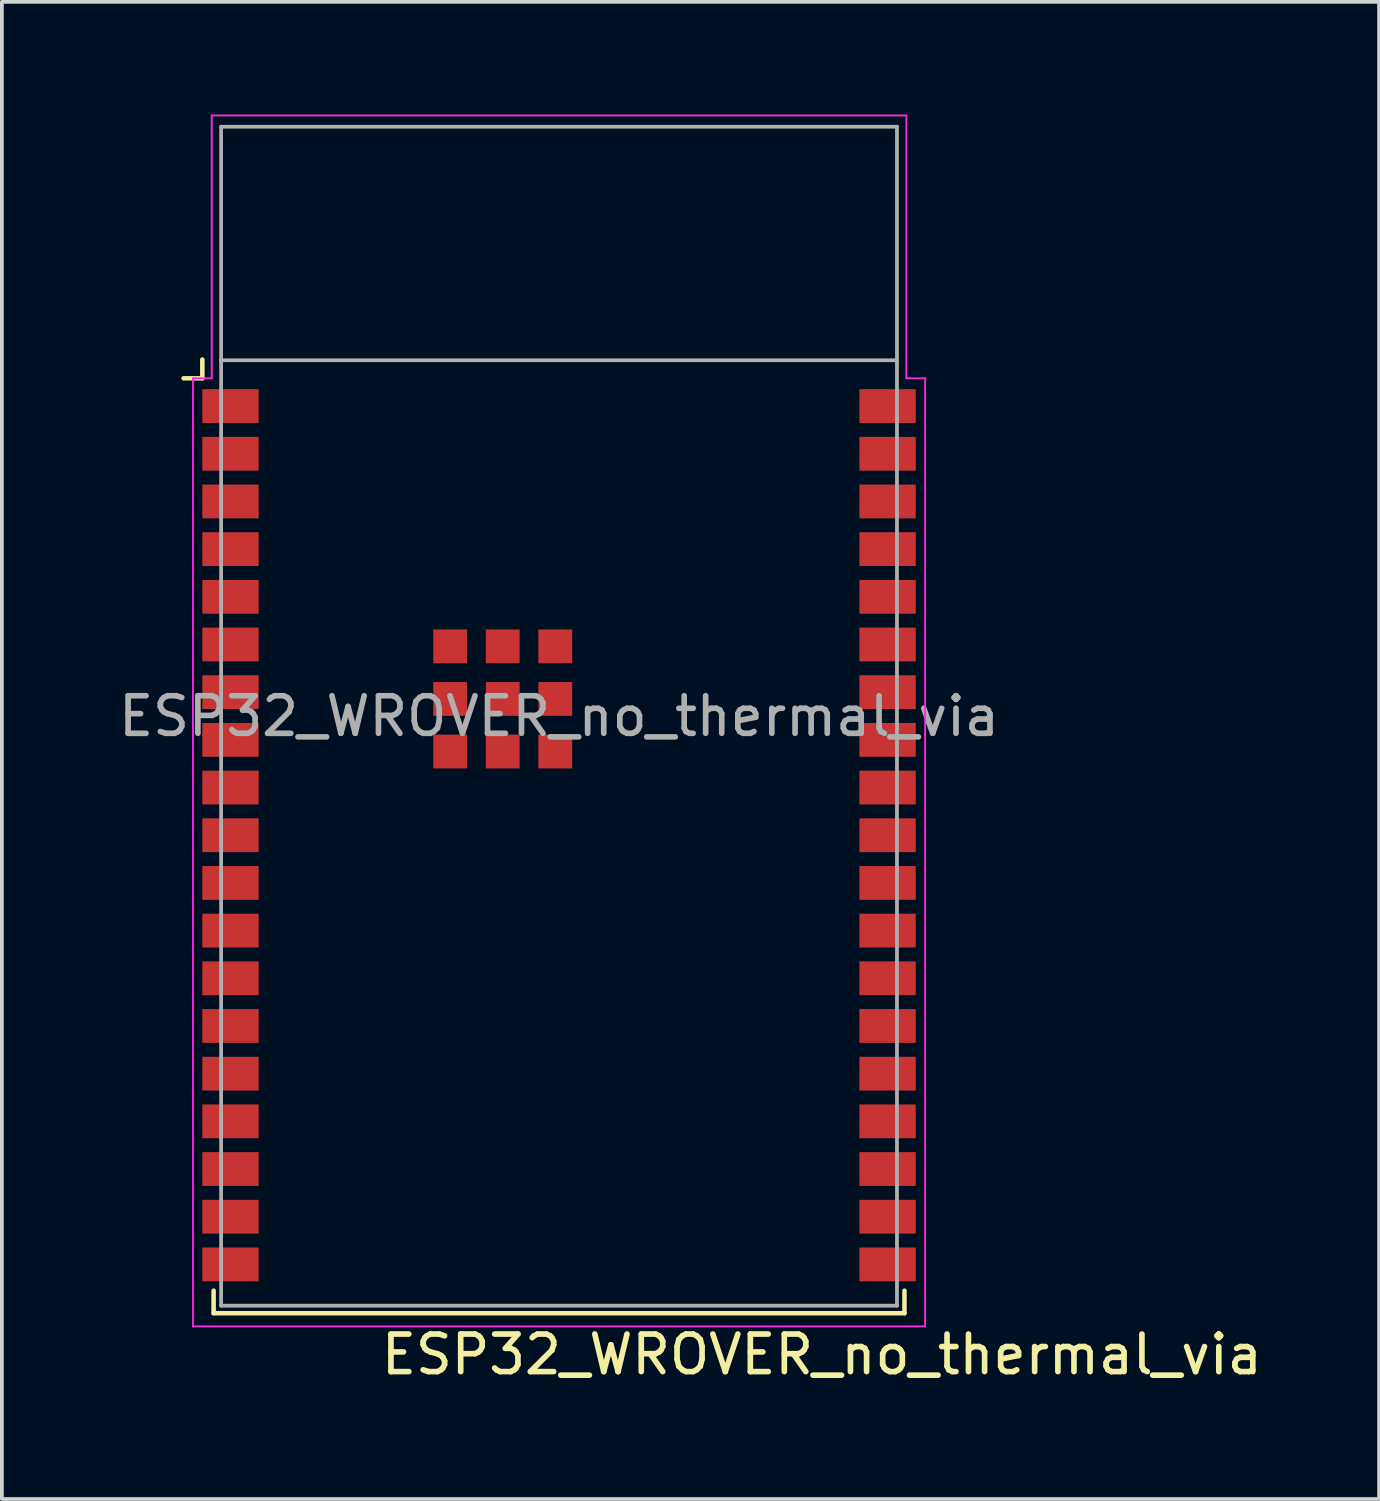
<source format=kicad_pcb>
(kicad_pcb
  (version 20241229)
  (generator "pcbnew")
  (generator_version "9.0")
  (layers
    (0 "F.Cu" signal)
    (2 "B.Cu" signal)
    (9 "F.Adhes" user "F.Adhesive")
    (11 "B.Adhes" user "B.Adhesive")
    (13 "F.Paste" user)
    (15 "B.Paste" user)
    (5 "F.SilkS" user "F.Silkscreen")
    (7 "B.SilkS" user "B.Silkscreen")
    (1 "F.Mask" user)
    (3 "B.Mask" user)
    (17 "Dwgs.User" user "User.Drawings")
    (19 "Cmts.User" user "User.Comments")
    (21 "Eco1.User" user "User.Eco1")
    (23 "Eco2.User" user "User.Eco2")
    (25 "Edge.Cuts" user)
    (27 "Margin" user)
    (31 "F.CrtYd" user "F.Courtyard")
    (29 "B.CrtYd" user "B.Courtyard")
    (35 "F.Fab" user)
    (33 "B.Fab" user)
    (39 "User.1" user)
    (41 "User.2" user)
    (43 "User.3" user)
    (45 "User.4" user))
  (footprint "ESP32_WROVER_no_thermal_via"
    (layer "F.Cu")
    (at 11.839 16.025)
    (property "Reference" "ESP32_WROVER_no_thermal_via" (at 7 17 0) (unlocked yes) (layer "F.SilkS") (effects (font (size 1 1) (thickness 0.15))))
    (attr smd)
    (fp_line (start -9.5 -9.5) (end -9.5 -9) (stroke (width 0.12) (type default)) (layer "F.SilkS"))
    (fp_line (start -9.5 -9) (end -10 -9) (stroke (width 0.12) (type default)) (layer "F.SilkS"))
    (fp_line (start -9.2 15.3) (end -9.2 15.9) (stroke (width 0.12) (type default)) (layer "F.SilkS"))
    (fp_line (start -9.2 15.9) (end 9.2 15.9) (stroke (width 0.12) (type default)) (layer "F.SilkS"))
    (fp_line (start 9.2 15.9) (end 9.2 15.3) (stroke (width 0.12) (type default)) (layer "F.SilkS"))
    (fp_line (start -9.75 -9) (end -9.25 -9) (stroke (width 0.05) (type default)) (layer "F.CrtYd"))
    (fp_line (start -9.75 16.25) (end -9.75 -9) (stroke (width 0.05) (type default)) (layer "F.CrtYd"))
    (fp_line (start -9.25 -16) (end 9.25 -16) (stroke (width 0.05) (type default)) (layer "F.CrtYd"))
    (fp_line (start -9.25 -9) (end -9.25 -16) (stroke (width 0.05) (type default)) (layer "F.CrtYd"))
    (fp_line (start 9.25 -16) (end 9.25 -9) (stroke (width 0.05) (type default)) (layer "F.CrtYd"))
    (fp_line (start 9.25 -9) (end 9.75 -9) (stroke (width 0.05) (type default)) (layer "F.CrtYd"))
    (fp_line (start 9.75 -9) (end 9.75 16.25) (stroke (width 0.05) (type default)) (layer "F.CrtYd"))
    (fp_line (start 9.75 16.25) (end -9.75 16.25) (stroke (width 0.05) (type default)) (layer "F.CrtYd"))
    (fp_line (start -9 -15.7) (end -9 -9.48) (stroke (width 0.1) (type default)) (layer "F.Fab"))
    (fp_line (start -9 -15.7) (end 9 -15.7) (stroke (width 0.1) (type default)) (layer "F.Fab"))
    (fp_line (start -9 -9.48) (end -9 15.7) (stroke (width 0.1) (type default)) (layer "F.Fab"))
    (fp_line (start -9 -9.48) (end 9 -9.48) (stroke (width 0.1) (type default)) (layer "F.Fab"))
    (fp_line (start -9 15.7) (end 9 15.7) (stroke (width 0.1) (type default)) (layer "F.Fab"))
    (fp_line (start 9 -15.7) (end 9 -9.48) (stroke (width 0.1) (type default)) (layer "F.Fab"))
    (fp_line (start 9 -9.48) (end 9 15.7) (stroke (width 0.1) (type default)) (layer "F.Fab"))
    (fp_text user "${REFERENCE}" (at 0 0 0) (layer "F.Fab") (effects (font (size 1 1) (thickness 0.15))))
    (pad "1" smd rect (at -8.75 -8.26) (size 1.5 0.9) (layers "F.Cu" "F.Mask" "F.Paste"))
    (pad "2" smd rect (at -8.75 -6.99) (size 1.5 0.9) (layers "F.Cu" "F.Mask" "F.Paste"))
    (pad "3" smd rect (at -8.75 -5.72) (size 1.5 0.9) (layers "F.Cu" "F.Mask" "F.Paste"))
    (pad "4" smd rect (at -8.75 -4.45) (size 1.5 0.9) (layers "F.Cu" "F.Mask" "F.Paste"))
    (pad "5" smd rect (at -8.75 -3.18) (size 1.5 0.9) (layers "F.Cu" "F.Mask" "F.Paste"))
    (pad "6" smd rect (at -8.75 -1.91) (size 1.5 0.9) (layers "F.Cu" "F.Mask" "F.Paste"))
    (pad "7" smd rect (at -8.75 -0.64) (size 1.5 0.9) (layers "F.Cu" "F.Mask" "F.Paste"))
    (pad "8" smd rect (at -8.75 0.63) (size 1.5 0.9) (layers "F.Cu" "F.Mask" "F.Paste"))
    (pad "9" smd rect (at -8.75 1.9) (size 1.5 0.9) (layers "F.Cu" "F.Mask" "F.Paste"))
    (pad "10" smd rect (at -8.75 3.17) (size 1.5 0.9) (layers "F.Cu" "F.Mask" "F.Paste"))
    (pad "11" smd rect (at -8.75 4.44) (size 1.5 0.9) (layers "F.Cu" "F.Mask" "F.Paste"))
    (pad "12" smd rect (at -8.75 5.71) (size 1.5 0.9) (layers "F.Cu" "F.Mask" "F.Paste"))
    (pad "13" smd rect (at -8.75 6.98) (size 1.5 0.9) (layers "F.Cu" "F.Mask" "F.Paste"))
    (pad "14" smd rect (at -8.75 8.25) (size 1.5 0.9) (layers "F.Cu" "F.Mask" "F.Paste"))
    (pad "15" smd rect (at -8.75 9.52) (size 1.5 0.9) (layers "F.Cu" "F.Mask" "F.Paste"))
    (pad "16" smd rect (at -8.75 10.79) (size 1.5 0.9) (layers "F.Cu" "F.Mask" "F.Paste"))
    (pad "17" smd rect (at -8.75 12.06) (size 1.5 0.9) (layers "F.Cu" "F.Mask" "F.Paste"))
    (pad "18" smd rect (at -8.75 13.33) (size 1.5 0.9) (layers "F.Cu" "F.Mask" "F.Paste"))
    (pad "19" smd rect (at -8.75 14.6) (size 1.5 0.9) (layers "F.Cu" "F.Mask" "F.Paste"))
    (pad "20" smd rect (at 8.75 14.6) (size 1.5 0.9) (layers "F.Cu" "F.Mask" "F.Paste"))
    (pad "21" smd rect (at 8.75 13.33) (size 1.5 0.9) (layers "F.Cu" "F.Mask" "F.Paste"))
    (pad "22" smd rect (at 8.75 12.06) (size 1.5 0.9) (layers "F.Cu" "F.Mask" "F.Paste"))
    (pad "23" smd rect (at 8.75 10.79) (size 1.5 0.9) (layers "F.Cu" "F.Mask" "F.Paste"))
    (pad "24" smd rect (at 8.75 9.52) (size 1.5 0.9) (layers "F.Cu" "F.Mask" "F.Paste"))
    (pad "25" smd rect (at 8.75 8.25) (size 1.5 0.9) (layers "F.Cu" "F.Mask" "F.Paste"))
    (pad "26" smd rect (at 8.75 6.98) (size 1.5 0.9) (layers "F.Cu" "F.Mask" "F.Paste"))
    (pad "27" smd rect (at 8.75 5.71) (size 1.5 0.9) (layers "F.Cu" "F.Mask" "F.Paste"))
    (pad "28" smd rect (at 8.75 4.44) (size 1.5 0.9) (layers "F.Cu" "F.Mask" "F.Paste"))
    (pad "29" smd rect (at 8.75 3.17) (size 1.5 0.9) (layers "F.Cu" "F.Mask" "F.Paste"))
    (pad "30" smd rect (at 8.75 1.9) (size 1.5 0.9) (layers "F.Cu" "F.Mask" "F.Paste"))
    (pad "31" smd rect (at 8.75 0.63) (size 1.5 0.9) (layers "F.Cu" "F.Mask" "F.Paste"))
    (pad "32" smd rect (at 8.75 -0.64) (size 1.5 0.9) (layers "F.Cu" "F.Mask" "F.Paste"))
    (pad "33" smd rect (at 8.75 -1.91) (size 1.5 0.9) (layers "F.Cu" "F.Mask" "F.Paste"))
    (pad "34" smd rect (at 8.75 -3.18) (size 1.5 0.9) (layers "F.Cu" "F.Mask" "F.Paste"))
    (pad "35" smd rect (at 8.75 -4.45) (size 1.5 0.9) (layers "F.Cu" "F.Mask" "F.Paste"))
    (pad "36" smd rect (at 8.75 -5.72) (size 1.5 0.9) (layers "F.Cu" "F.Mask" "F.Paste"))
    (pad "37" smd rect (at 8.75 -6.99) (size 1.5 0.9) (layers "F.Cu" "F.Mask" "F.Paste"))
    (pad "38" smd rect (at 8.75 -8.26) (size 1.5 0.9) (layers "F.Cu" "F.Mask" "F.Paste"))
    (pad "39" smd rect (at -2.9 -1.86) (size 0.9 0.9) (layers "F.Cu" "F.Mask" "F.Paste"))
    (pad "39" smd rect (at -2.9 -0.46) (size 0.9 0.9) (layers "F.Cu" "F.Mask" "F.Paste"))
    (pad "39" smd rect (at -2.9 0.94) (size 0.9 0.9) (layers "F.Cu" "F.Mask" "F.Paste"))
    (pad "39" smd rect (at -1.5 -1.86) (size 0.9 0.9) (layers "F.Cu" "F.Mask" "F.Paste"))
    (pad "39" smd rect (at -1.5 -0.46) (size 0.9 0.9) (layers "F.Cu" "F.Mask" "F.Paste"))
    (pad "39" smd rect (at -1.5 0.94) (size 0.9 0.9) (layers "F.Cu" "F.Mask" "F.Paste"))
    (pad "39" smd rect (at -0.1 -1.86) (size 0.9 0.9) (layers "F.Cu" "F.Mask" "F.Paste"))
    (pad "39" smd rect (at -0.1 -0.46) (size 0.9 0.9) (layers "F.Cu" "F.Mask" "F.Paste"))
    (pad "39" smd rect (at -0.1 0.94) (size 0.9 0.9) (layers "F.Cu" "F.Mask" "F.Paste"))
    (zone (net_name "") (layers "F.Cu" "B.Cu") (hatch full 0.5) (connect_pads) (min_thickness 0.25) (filled_areas_thickness no) (keepout (tracks not_allowed) (vias not_allowed) (pads not_allowed) (copperpour not_allowed) (footprints not_allowed)) (placement (enabled no)) (fill) (polygon (pts (xy 2.848 0.328) (xy 2.848 6.525) (xy 20.831 6.525) (xy 20.831 0.328)))))
  (gr_rect
    (start -3 -3)
    (end 33.679 36.873)
    (stroke (width 0.1) (type default))
    (fill no)
    (layer "Edge.Cuts")))
</source>
